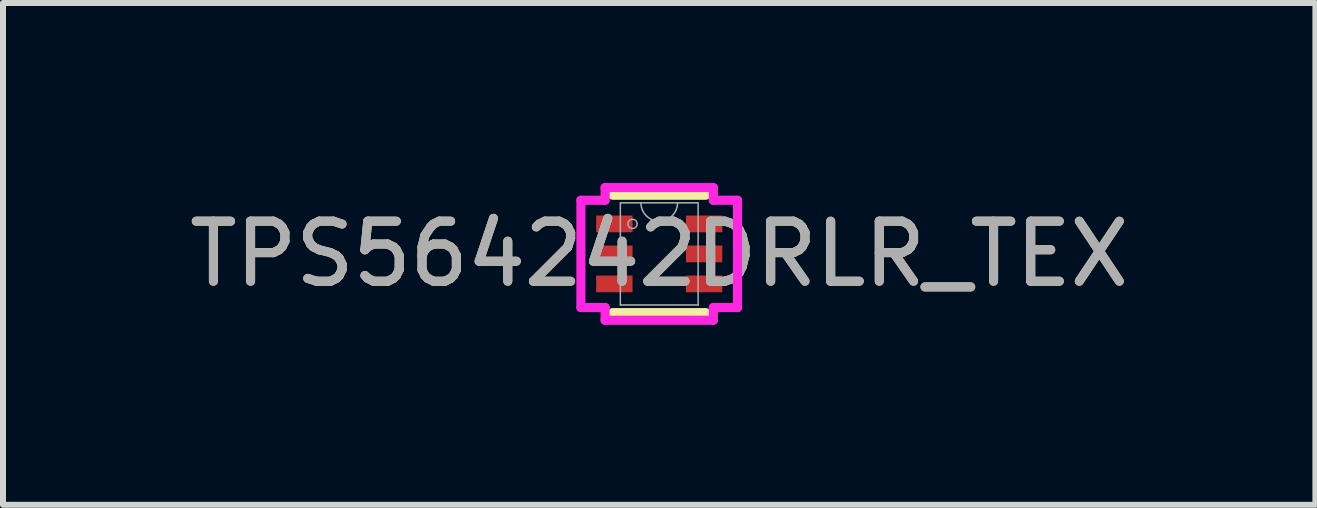
<source format=kicad_pcb>
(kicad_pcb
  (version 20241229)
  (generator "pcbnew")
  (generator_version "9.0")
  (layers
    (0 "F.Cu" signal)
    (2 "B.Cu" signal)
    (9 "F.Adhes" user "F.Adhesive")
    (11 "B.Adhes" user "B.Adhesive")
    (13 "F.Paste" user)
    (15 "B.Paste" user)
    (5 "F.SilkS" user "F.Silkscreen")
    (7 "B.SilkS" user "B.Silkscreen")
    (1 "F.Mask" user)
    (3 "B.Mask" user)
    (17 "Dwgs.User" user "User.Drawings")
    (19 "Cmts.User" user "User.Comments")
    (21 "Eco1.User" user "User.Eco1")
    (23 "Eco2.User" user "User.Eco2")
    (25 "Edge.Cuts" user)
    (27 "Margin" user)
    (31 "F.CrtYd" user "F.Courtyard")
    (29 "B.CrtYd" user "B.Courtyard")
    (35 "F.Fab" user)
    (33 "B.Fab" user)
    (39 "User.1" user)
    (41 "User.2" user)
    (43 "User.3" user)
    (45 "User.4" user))
  (footprint "TPS564242DRLR_TEX"
    (layer "F.Cu")
    (at 7.935 1.181)
    (property "Reference" "TPS564242DRLR_TEX" (at 0 0 0) (unlocked yes) (layer "F.SilkS") (effects (font (size 1 1) (thickness 0.15))))
    (attr smd)
    (fp_line (start -0.775 0.978) (end 0.775 0.978) (stroke (width 0.152) (type solid)) (layer "F.SilkS"))
    (fp_line (start 0.775 -0.978) (end -0.775 -0.978) (stroke (width 0.152) (type solid)) (layer "F.SilkS"))
    (fp_line (start -1.305 -0.894) (end -0.902 -0.894) (stroke (width 0.152) (type solid)) (layer "F.CrtYd"))
    (fp_line (start -1.305 0.894) (end -1.305 -0.894) (stroke (width 0.152) (type solid)) (layer "F.CrtYd"))
    (fp_line (start -0.902 -1.105) (end 0.902 -1.105) (stroke (width 0.152) (type solid)) (layer "F.CrtYd"))
    (fp_line (start -0.902 -0.894) (end -0.902 -1.105) (stroke (width 0.152) (type solid)) (layer "F.CrtYd"))
    (fp_line (start -0.902 0.894) (end -1.305 0.894) (stroke (width 0.152) (type solid)) (layer "F.CrtYd"))
    (fp_line (start -0.902 1.105) (end -0.902 0.894) (stroke (width 0.152) (type solid)) (layer "F.CrtYd"))
    (fp_line (start 0.902 -1.105) (end 0.902 -0.894) (stroke (width 0.152) (type solid)) (layer "F.CrtYd"))
    (fp_line (start 0.902 -0.894) (end 1.305 -0.894) (stroke (width 0.152) (type solid)) (layer "F.CrtYd"))
    (fp_line (start 0.902 0.894) (end 0.902 1.105) (stroke (width 0.152) (type solid)) (layer "F.CrtYd"))
    (fp_line (start 0.902 1.105) (end -0.902 1.105) (stroke (width 0.152) (type solid)) (layer "F.CrtYd"))
    (fp_line (start 1.305 -0.894) (end 1.305 0.894) (stroke (width 0.152) (type solid)) (layer "F.CrtYd"))
    (fp_line (start 1.305 0.894) (end 0.902 0.894) (stroke (width 0.152) (type solid)) (layer "F.CrtYd"))
    (fp_line (start -0.648 -0.851) (end -0.648 0.851) (stroke (width 0.025) (type solid)) (layer "F.Fab"))
    (fp_line (start -0.648 0.851) (end 0.648 0.851) (stroke (width 0.025) (type solid)) (layer "F.Fab"))
    (fp_line (start 0.648 -0.851) (end -0.648 -0.851) (stroke (width 0.025) (type solid)) (layer "F.Fab"))
    (fp_line (start 0.648 0.851) (end 0.648 -0.851) (stroke (width 0.025) (type solid)) (layer "F.Fab"))
    (fp_arc (start 0.3048 -0.8509) (mid 0 -0.5461) (end -0.3048 -0.8509) (stroke (width 0.0254) (type solid)) (layer "F.Fab"))
    (fp_circle (center -0.445 -0.5) (end -0.368 -0.5) (stroke (width 0.025) (type solid)) (fill no) (layer "F.Fab"))
    (fp_text user "${REFERENCE}" (at 0 0 0) (unlocked yes) (layer "F.Fab") (effects (font (size 1 1) (thickness 0.15))))
    (pad "1" smd rect (at -0.748 -0.5) (size 0.606 0.279) (layers "F.Cu" "F.Mask" "F.Paste"))
    (pad "2" smd rect (at -0.748 0) (size 0.606 0.279) (layers "F.Cu" "F.Mask" "F.Paste"))
    (pad "3" smd rect (at -0.748 0.5) (size 0.606 0.279) (layers "F.Cu" "F.Mask" "F.Paste"))
    (pad "4" smd rect (at 0.748 0.5) (size 0.606 0.279) (layers "F.Cu" "F.Mask" "F.Paste"))
    (pad "5" smd rect (at 0.748 0) (size 0.606 0.279) (layers "F.Cu" "F.Mask" "F.Paste"))
    (pad "6" smd rect (at 0.748 -0.5) (size 0.606 0.279) (layers "F.Cu" "F.Mask" "F.Paste")))
  (gr_rect
    (start -3 -3)
    (end 18.869 5.362)
    (stroke (width 0.1) (type default))
    (fill no)
    (layer "Edge.Cuts")))
</source>
